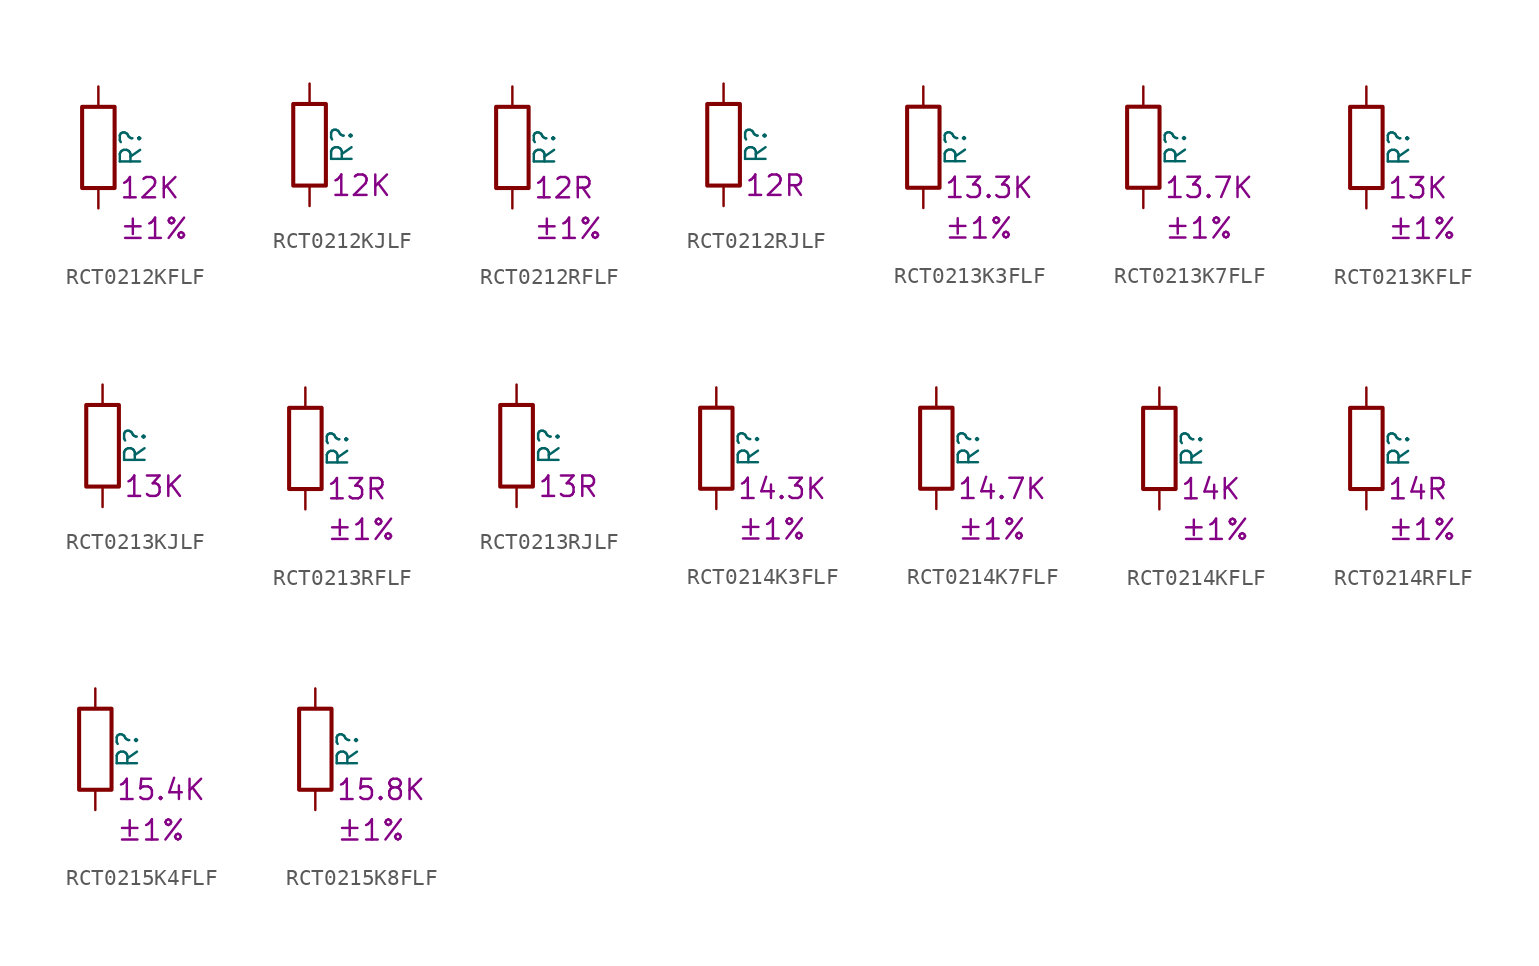
<source format=kicad_sym>
(kicad_symbol_lib
  (version 20220914)
  (generator kicad_symbol_editor)
  (symbol "RCT0212KFLF"
    (pin_numbers hide)
    (pin_names
      (offset 0))
    (property "Reference" "R"
      (at 2.032 0 90)
      (effects (font (size 1.27 1.27))))
    (property "Resistance" "12K"
      (at 1.27 -2.54 0)
      (effects (font (size 1.27 1.27)) (justify left)))
    (property "Tolerance" "±1%"
      (at 1.27 -5.08 0)
      (effects (font (size 1.27 1.27)) (justify left)))
    (symbol "RCT0212KFLF_0_1"
      (rectangle (start -1.016 -2.54) (end 1.016 2.54) (stroke (width 0.254) (type default)) (fill (type none))))
    (symbol "RCT0212KFLF_1_1"
      (pin passive line (at 0 3.81 270) (length 1.27) (name "~" (effects (font (size 1.27 1.27)))) (number "1" (effects (font (size 1.27 1.27)))))
      (pin passive line (at 0 -3.81 90) (length 1.27) (name "~" (effects (font (size 1.27 1.27)))) (number "2" (effects (font (size 1.27 1.27)))))))
  (symbol "RCT0212KJLF"
    (pin_numbers hide)
    (pin_names
      (offset 0))
    (property "Reference" "R"
      (at 2.032 0 90)
      (effects (font (size 1.27 1.27))))
    (property "Resistance" "12K"
      (at 1.27 -2.54 0)
      (effects (font (size 1.27 1.27)) (justify left)))
    (symbol "RCT0212KJLF_0_1"
      (rectangle (start -1.016 -2.54) (end 1.016 2.54) (stroke (width 0.254) (type default)) (fill (type none))))
    (symbol "RCT0212KJLF_1_1"
      (pin passive line (at 0 3.81 270) (length 1.27) (name "~" (effects (font (size 1.27 1.27)))) (number "1" (effects (font (size 1.27 1.27)))))
      (pin passive line (at 0 -3.81 90) (length 1.27) (name "~" (effects (font (size 1.27 1.27)))) (number "2" (effects (font (size 1.27 1.27)))))))
  (symbol "RCT0212RFLF"
    (pin_numbers hide)
    (pin_names
      (offset 0))
    (property "Reference" "R"
      (at 2.032 0 90)
      (effects (font (size 1.27 1.27))))
    (property "Resistance" "12R"
      (at 1.27 -2.54 0)
      (effects (font (size 1.27 1.27)) (justify left)))
    (property "Tolerance" "±1%"
      (at 1.27 -5.08 0)
      (effects (font (size 1.27 1.27)) (justify left)))
    (symbol "RCT0212RFLF_0_1"
      (rectangle (start -1.016 -2.54) (end 1.016 2.54) (stroke (width 0.254) (type default)) (fill (type none))))
    (symbol "RCT0212RFLF_1_1"
      (pin passive line (at 0 3.81 270) (length 1.27) (name "~" (effects (font (size 1.27 1.27)))) (number "1" (effects (font (size 1.27 1.27)))))
      (pin passive line (at 0 -3.81 90) (length 1.27) (name "~" (effects (font (size 1.27 1.27)))) (number "2" (effects (font (size 1.27 1.27)))))))
  (symbol "RCT0212RJLF"
    (pin_numbers hide)
    (pin_names
      (offset 0))
    (property "Reference" "R"
      (at 2.032 0 90)
      (effects (font (size 1.27 1.27))))
    (property "Resistance" "12R"
      (at 1.27 -2.54 0)
      (effects (font (size 1.27 1.27)) (justify left)))
    (symbol "RCT0212RJLF_0_1"
      (rectangle (start -1.016 -2.54) (end 1.016 2.54) (stroke (width 0.254) (type default)) (fill (type none))))
    (symbol "RCT0212RJLF_1_1"
      (pin passive line (at 0 3.81 270) (length 1.27) (name "~" (effects (font (size 1.27 1.27)))) (number "1" (effects (font (size 1.27 1.27)))))
      (pin passive line (at 0 -3.81 90) (length 1.27) (name "~" (effects (font (size 1.27 1.27)))) (number "2" (effects (font (size 1.27 1.27)))))))
  (symbol "RCT0213K3FLF"
    (pin_numbers hide)
    (pin_names
      (offset 0))
    (property "Reference" "R"
      (at 2.032 0 90)
      (effects (font (size 1.27 1.27))))
    (property "Resistance" "13.3K"
      (at 1.27 -2.54 0)
      (effects (font (size 1.27 1.27)) (justify left)))
    (property "Tolerance" "±1%"
      (at 1.27 -5.08 0)
      (effects (font (size 1.27 1.27)) (justify left)))
    (symbol "RCT0213K3FLF_0_1"
      (rectangle (start -1.016 -2.54) (end 1.016 2.54) (stroke (width 0.254) (type default)) (fill (type none))))
    (symbol "RCT0213K3FLF_1_1"
      (pin passive line (at 0 3.81 270) (length 1.27) (name "~" (effects (font (size 1.27 1.27)))) (number "1" (effects (font (size 1.27 1.27)))))
      (pin passive line (at 0 -3.81 90) (length 1.27) (name "~" (effects (font (size 1.27 1.27)))) (number "2" (effects (font (size 1.27 1.27)))))))
  (symbol "RCT0213K7FLF"
    (pin_numbers hide)
    (pin_names
      (offset 0))
    (property "Reference" "R"
      (at 2.032 0 90)
      (effects (font (size 1.27 1.27))))
    (property "Resistance" "13.7K"
      (at 1.27 -2.54 0)
      (effects (font (size 1.27 1.27)) (justify left)))
    (property "Tolerance" "±1%"
      (at 1.27 -5.08 0)
      (effects (font (size 1.27 1.27)) (justify left)))
    (symbol "RCT0213K7FLF_0_1"
      (rectangle (start -1.016 -2.54) (end 1.016 2.54) (stroke (width 0.254) (type default)) (fill (type none))))
    (symbol "RCT0213K7FLF_1_1"
      (pin passive line (at 0 3.81 270) (length 1.27) (name "~" (effects (font (size 1.27 1.27)))) (number "1" (effects (font (size 1.27 1.27)))))
      (pin passive line (at 0 -3.81 90) (length 1.27) (name "~" (effects (font (size 1.27 1.27)))) (number "2" (effects (font (size 1.27 1.27)))))))
  (symbol "RCT0213KFLF"
    (pin_numbers hide)
    (pin_names
      (offset 0))
    (property "Reference" "R"
      (at 2.032 0 90)
      (effects (font (size 1.27 1.27))))
    (property "Resistance" "13K"
      (at 1.27 -2.54 0)
      (effects (font (size 1.27 1.27)) (justify left)))
    (property "Tolerance" "±1%"
      (at 1.27 -5.08 0)
      (effects (font (size 1.27 1.27)) (justify left)))
    (symbol "RCT0213KFLF_0_1"
      (rectangle (start -1.016 -2.54) (end 1.016 2.54) (stroke (width 0.254) (type default)) (fill (type none))))
    (symbol "RCT0213KFLF_1_1"
      (pin passive line (at 0 3.81 270) (length 1.27) (name "~" (effects (font (size 1.27 1.27)))) (number "1" (effects (font (size 1.27 1.27)))))
      (pin passive line (at 0 -3.81 90) (length 1.27) (name "~" (effects (font (size 1.27 1.27)))) (number "2" (effects (font (size 1.27 1.27)))))))
  (symbol "RCT0213KJLF"
    (pin_numbers hide)
    (pin_names
      (offset 0))
    (property "Reference" "R"
      (at 2.032 0 90)
      (effects (font (size 1.27 1.27))))
    (property "Resistance" "13K"
      (at 1.27 -2.54 0)
      (effects (font (size 1.27 1.27)) (justify left)))
    (symbol "RCT0213KJLF_0_1"
      (rectangle (start -1.016 -2.54) (end 1.016 2.54) (stroke (width 0.254) (type default)) (fill (type none))))
    (symbol "RCT0213KJLF_1_1"
      (pin passive line (at 0 3.81 270) (length 1.27) (name "~" (effects (font (size 1.27 1.27)))) (number "1" (effects (font (size 1.27 1.27)))))
      (pin passive line (at 0 -3.81 90) (length 1.27) (name "~" (effects (font (size 1.27 1.27)))) (number "2" (effects (font (size 1.27 1.27)))))))
  (symbol "RCT0213RFLF"
    (pin_numbers hide)
    (pin_names
      (offset 0))
    (property "Reference" "R"
      (at 2.032 0 90)
      (effects (font (size 1.27 1.27))))
    (property "Resistance" "13R"
      (at 1.27 -2.54 0)
      (effects (font (size 1.27 1.27)) (justify left)))
    (property "Tolerance" "±1%"
      (at 1.27 -5.08 0)
      (effects (font (size 1.27 1.27)) (justify left)))
    (symbol "RCT0213RFLF_0_1"
      (rectangle (start -1.016 -2.54) (end 1.016 2.54) (stroke (width 0.254) (type default)) (fill (type none))))
    (symbol "RCT0213RFLF_1_1"
      (pin passive line (at 0 3.81 270) (length 1.27) (name "~" (effects (font (size 1.27 1.27)))) (number "1" (effects (font (size 1.27 1.27)))))
      (pin passive line (at 0 -3.81 90) (length 1.27) (name "~" (effects (font (size 1.27 1.27)))) (number "2" (effects (font (size 1.27 1.27)))))))
  (symbol "RCT0213RJLF"
    (pin_numbers hide)
    (pin_names
      (offset 0))
    (property "Reference" "R"
      (at 2.032 0 90)
      (effects (font (size 1.27 1.27))))
    (property "Resistance" "13R"
      (at 1.27 -2.54 0)
      (effects (font (size 1.27 1.27)) (justify left)))
    (symbol "RCT0213RJLF_0_1"
      (rectangle (start -1.016 -2.54) (end 1.016 2.54) (stroke (width 0.254) (type default)) (fill (type none))))
    (symbol "RCT0213RJLF_1_1"
      (pin passive line (at 0 3.81 270) (length 1.27) (name "~" (effects (font (size 1.27 1.27)))) (number "1" (effects (font (size 1.27 1.27)))))
      (pin passive line (at 0 -3.81 90) (length 1.27) (name "~" (effects (font (size 1.27 1.27)))) (number "2" (effects (font (size 1.27 1.27)))))))
  (symbol "RCT0214K3FLF"
    (pin_numbers hide)
    (pin_names
      (offset 0))
    (property "Reference" "R"
      (at 2.032 0 90)
      (effects (font (size 1.27 1.27))))
    (property "Resistance" "14.3K"
      (at 1.27 -2.54 0)
      (effects (font (size 1.27 1.27)) (justify left)))
    (property "Tolerance" "±1%"
      (at 1.27 -5.08 0)
      (effects (font (size 1.27 1.27)) (justify left)))
    (symbol "RCT0214K3FLF_0_1"
      (rectangle (start -1.016 -2.54) (end 1.016 2.54) (stroke (width 0.254) (type default)) (fill (type none))))
    (symbol "RCT0214K3FLF_1_1"
      (pin passive line (at 0 3.81 270) (length 1.27) (name "~" (effects (font (size 1.27 1.27)))) (number "1" (effects (font (size 1.27 1.27)))))
      (pin passive line (at 0 -3.81 90) (length 1.27) (name "~" (effects (font (size 1.27 1.27)))) (number "2" (effects (font (size 1.27 1.27)))))))
  (symbol "RCT0214K7FLF"
    (pin_numbers hide)
    (pin_names
      (offset 0))
    (property "Reference" "R"
      (at 2.032 0 90)
      (effects (font (size 1.27 1.27))))
    (property "Resistance" "14.7K"
      (at 1.27 -2.54 0)
      (effects (font (size 1.27 1.27)) (justify left)))
    (property "Tolerance" "±1%"
      (at 1.27 -5.08 0)
      (effects (font (size 1.27 1.27)) (justify left)))
    (symbol "RCT0214K7FLF_0_1"
      (rectangle (start -1.016 -2.54) (end 1.016 2.54) (stroke (width 0.254) (type default)) (fill (type none))))
    (symbol "RCT0214K7FLF_1_1"
      (pin passive line (at 0 3.81 270) (length 1.27) (name "~" (effects (font (size 1.27 1.27)))) (number "1" (effects (font (size 1.27 1.27)))))
      (pin passive line (at 0 -3.81 90) (length 1.27) (name "~" (effects (font (size 1.27 1.27)))) (number "2" (effects (font (size 1.27 1.27)))))))
  (symbol "RCT0214KFLF"
    (pin_numbers hide)
    (pin_names
      (offset 0))
    (property "Reference" "R"
      (at 2.032 0 90)
      (effects (font (size 1.27 1.27))))
    (property "Resistance" "14K"
      (at 1.27 -2.54 0)
      (effects (font (size 1.27 1.27)) (justify left)))
    (property "Tolerance" "±1%"
      (at 1.27 -5.08 0)
      (effects (font (size 1.27 1.27)) (justify left)))
    (symbol "RCT0214KFLF_0_1"
      (rectangle (start -1.016 -2.54) (end 1.016 2.54) (stroke (width 0.254) (type default)) (fill (type none))))
    (symbol "RCT0214KFLF_1_1"
      (pin passive line (at 0 3.81 270) (length 1.27) (name "~" (effects (font (size 1.27 1.27)))) (number "1" (effects (font (size 1.27 1.27)))))
      (pin passive line (at 0 -3.81 90) (length 1.27) (name "~" (effects (font (size 1.27 1.27)))) (number "2" (effects (font (size 1.27 1.27)))))))
  (symbol "RCT0214RFLF"
    (pin_numbers hide)
    (pin_names
      (offset 0))
    (property "Reference" "R"
      (at 2.032 0 90)
      (effects (font (size 1.27 1.27))))
    (property "Resistance" "14R"
      (at 1.27 -2.54 0)
      (effects (font (size 1.27 1.27)) (justify left)))
    (property "Tolerance" "±1%"
      (at 1.27 -5.08 0)
      (effects (font (size 1.27 1.27)) (justify left)))
    (symbol "RCT0214RFLF_0_1"
      (rectangle (start -1.016 -2.54) (end 1.016 2.54) (stroke (width 0.254) (type default)) (fill (type none))))
    (symbol "RCT0214RFLF_1_1"
      (pin passive line (at 0 3.81 270) (length 1.27) (name "~" (effects (font (size 1.27 1.27)))) (number "1" (effects (font (size 1.27 1.27)))))
      (pin passive line (at 0 -3.81 90) (length 1.27) (name "~" (effects (font (size 1.27 1.27)))) (number "2" (effects (font (size 1.27 1.27)))))))
  (symbol "RCT0215K4FLF"
    (pin_numbers hide)
    (pin_names
      (offset 0))
    (property "Reference" "R"
      (at 2.032 0 90)
      (effects (font (size 1.27 1.27))))
    (property "Resistance" "15.4K"
      (at 1.27 -2.54 0)
      (effects (font (size 1.27 1.27)) (justify left)))
    (property "Tolerance" "±1%"
      (at 1.27 -5.08 0)
      (effects (font (size 1.27 1.27)) (justify left)))
    (symbol "RCT0215K4FLF_0_1"
      (rectangle (start -1.016 -2.54) (end 1.016 2.54) (stroke (width 0.254) (type default)) (fill (type none))))
    (symbol "RCT0215K4FLF_1_1"
      (pin passive line (at 0 3.81 270) (length 1.27) (name "~" (effects (font (size 1.27 1.27)))) (number "1" (effects (font (size 1.27 1.27)))))
      (pin passive line (at 0 -3.81 90) (length 1.27) (name "~" (effects (font (size 1.27 1.27)))) (number "2" (effects (font (size 1.27 1.27)))))))
  (symbol "RCT0215K8FLF"
    (pin_numbers hide)
    (pin_names
      (offset 0))
    (property "Reference" "R"
      (at 2.032 0 90)
      (effects (font (size 1.27 1.27))))
    (property "Resistance" "15.8K"
      (at 1.27 -2.54 0)
      (effects (font (size 1.27 1.27)) (justify left)))
    (property "Tolerance" "±1%"
      (at 1.27 -5.08 0)
      (effects (font (size 1.27 1.27)) (justify left)))
    (symbol "RCT0215K8FLF_0_1"
      (rectangle (start -1.016 -2.54) (end 1.016 2.54) (stroke (width 0.254) (type default)) (fill (type none))))
    (symbol "RCT0215K8FLF_1_1"
      (pin passive line (at 0 3.81 270) (length 1.27) (name "~" (effects (font (size 1.27 1.27)))) (number "1" (effects (font (size 1.27 1.27)))))
      (pin passive line (at 0 -3.81 90) (length 1.27) (name "~" (effects (font (size 1.27 1.27)))) (number "2" (effects (font (size 1.27 1.27))))))))
</source>
